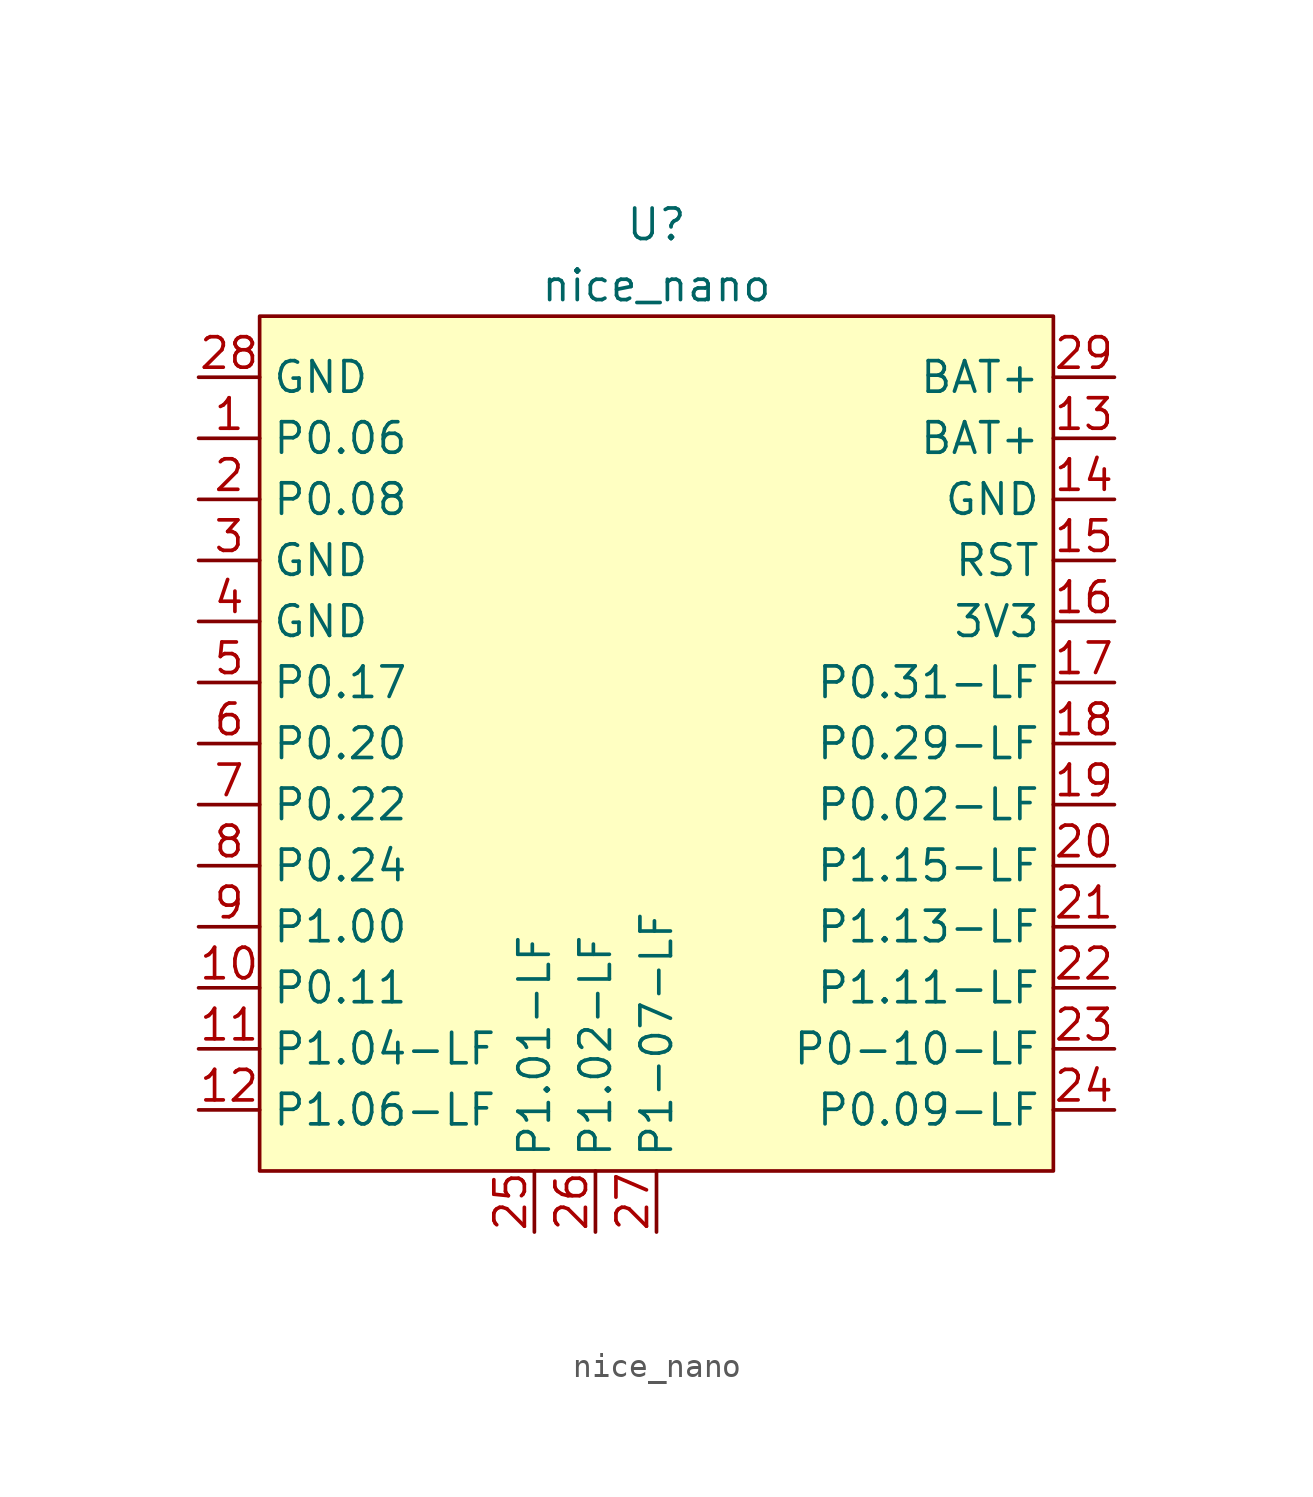
<source format=kicad_sym>
(kicad_symbol_lib
  (version 20220914)
  (generator kicad_symbol_editor)
  (symbol "nice_nano"
    (property "Reference" "U"
      (at 0 22.86 0)
      (effects (font (size 1.27 1.27))))
    (property "Value" "nice_nano"
      (at 0 20.32 0)
      (effects (font (size 1.27 1.27))))
    (symbol "nice_nano_0_0"
      (pin bidirectional line (at -19.05 13.97 0) (length 2.54) (name "P0.06" (effects (font (size 1.27 1.27)))) (number "1" (effects (font (size 1.27 1.27)))))
      (pin bidirectional line (at -19.05 -8.89 0) (length 2.54) (name "P0.11" (effects (font (size 1.27 1.27)))) (number "10" (effects (font (size 1.27 1.27)))))
      (pin bidirectional line (at -19.05 -11.43 0) (length 2.54) (name "P1.04-LF" (effects (font (size 1.27 1.27)))) (number "11" (effects (font (size 1.27 1.27)))))
      (pin bidirectional line (at -19.05 -13.97 0) (length 2.54) (name "P1.06-LF" (effects (font (size 1.27 1.27)))) (number "12" (effects (font (size 1.27 1.27)))))
      (pin power_out line (at 19.05 11.43 180) (length 2.54) (name "GND" (effects (font (size 1.27 1.27)))) (number "14" (effects (font (size 1.27 1.27)))))
      (pin bidirectional line (at 19.05 8.89 180) (length 2.54) (name "RST" (effects (font (size 1.27 1.27)))) (number "15" (effects (font (size 1.27 1.27)))))
      (pin bidirectional line (at 19.05 3.81 180) (length 2.54) (name "P0.31-LF" (effects (font (size 1.27 1.27)))) (number "17" (effects (font (size 1.27 1.27)))))
      (pin bidirectional line (at 19.05 1.27 180) (length 2.54) (name "P0.29-LF" (effects (font (size 1.27 1.27)))) (number "18" (effects (font (size 1.27 1.27)))))
      (pin bidirectional line (at 19.05 -1.27 180) (length 2.54) (name "P0.02-LF" (effects (font (size 1.27 1.27)))) (number "19" (effects (font (size 1.27 1.27)))))
      (pin bidirectional line (at -19.05 11.43 0) (length 2.54) (name "P0.08" (effects (font (size 1.27 1.27)))) (number "2" (effects (font (size 1.27 1.27)))))
      (pin bidirectional line (at 19.05 -3.81 180) (length 2.54) (name "P1.15-LF" (effects (font (size 1.27 1.27)))) (number "20" (effects (font (size 1.27 1.27)))))
      (pin bidirectional line (at 19.05 -6.35 180) (length 2.54) (name "P1.13-LF" (effects (font (size 1.27 1.27)))) (number "21" (effects (font (size 1.27 1.27)))))
      (pin bidirectional line (at 19.05 -8.89 180) (length 2.54) (name "P1.11-LF" (effects (font (size 1.27 1.27)))) (number "22" (effects (font (size 1.27 1.27)))))
      (pin bidirectional line (at 19.05 -11.43 180) (length 2.54) (name "P0-10-LF" (effects (font (size 1.27 1.27)))) (number "23" (effects (font (size 1.27 1.27)))))
      (pin bidirectional line (at 19.05 -13.97 180) (length 2.54) (name "P0.09-LF" (effects (font (size 1.27 1.27)))) (number "24" (effects (font (size 1.27 1.27)))))
      (pin power_out line (at -19.05 8.89 0) (length 2.54) (name "GND" (effects (font (size 1.27 1.27)))) (number "3" (effects (font (size 1.27 1.27)))))
      (pin power_out line (at -19.05 6.35 0) (length 2.54) (name "GND" (effects (font (size 1.27 1.27)))) (number "4" (effects (font (size 1.27 1.27)))))
      (pin bidirectional line (at -19.05 3.81 0) (length 2.54) (name "P0.17" (effects (font (size 1.27 1.27)))) (number "5" (effects (font (size 1.27 1.27)))))
      (pin bidirectional line (at -19.05 1.27 0) (length 2.54) (name "P0.20" (effects (font (size 1.27 1.27)))) (number "6" (effects (font (size 1.27 1.27)))))
      (pin bidirectional line (at -19.05 -1.27 0) (length 2.54) (name "P0.22" (effects (font (size 1.27 1.27)))) (number "7" (effects (font (size 1.27 1.27)))))
      (pin bidirectional line (at -19.05 -3.81 0) (length 2.54) (name "P0.24" (effects (font (size 1.27 1.27)))) (number "8" (effects (font (size 1.27 1.27)))))
      (pin bidirectional line (at -19.05 -6.35 0) (length 2.54) (name "P1.00" (effects (font (size 1.27 1.27)))) (number "9" (effects (font (size 1.27 1.27))))))
    (symbol "nice_nano_1_0"
      (pin power_out line (at 19.05 13.97 180) (length 2.54) (name "BAT+" (effects (font (size 1.27 1.27)))) (number "13" (effects (font (size 1.27 1.27)))))
      (pin power_out line (at 19.05 6.35 180) (length 2.54) (name "3V3" (effects (font (size 1.27 1.27)))) (number "16" (effects (font (size 1.27 1.27)))))
      (pin bidirectional line (at -5.08 -19.05 90) (length 2.54) (name "P1.01-LF" (effects (font (size 1.27 1.27)))) (number "25" (effects (font (size 1.27 1.27)))))
      (pin bidirectional line (at -2.54 -19.05 90) (length 2.54) (name "P1.02-LF" (effects (font (size 1.27 1.27)))) (number "26" (effects (font (size 1.27 1.27)))))
      (pin bidirectional line (at 0 -19.05 90) (length 2.54) (name "P1-07-LF" (effects (font (size 1.27 1.27)))) (number "27" (effects (font (size 1.27 1.27)))))
      (pin power_out line (at -19.05 16.51 0) (length 2.54) (name "GND" (effects (font (size 1.27 1.27)))) (number "28" (effects (font (size 1.27 1.27)))))
      (pin power_out line (at 19.05 16.51 180) (length 2.54) (name "BAT+" (effects (font (size 1.27 1.27)))) (number "29" (effects (font (size 1.27 1.27))))))
    (symbol "nice_nano_1_1"
      (rectangle (start -16.51 19.05) (end 16.51 -16.51) (stroke (width 0) (type default)) (fill (type background))))))
</source>
